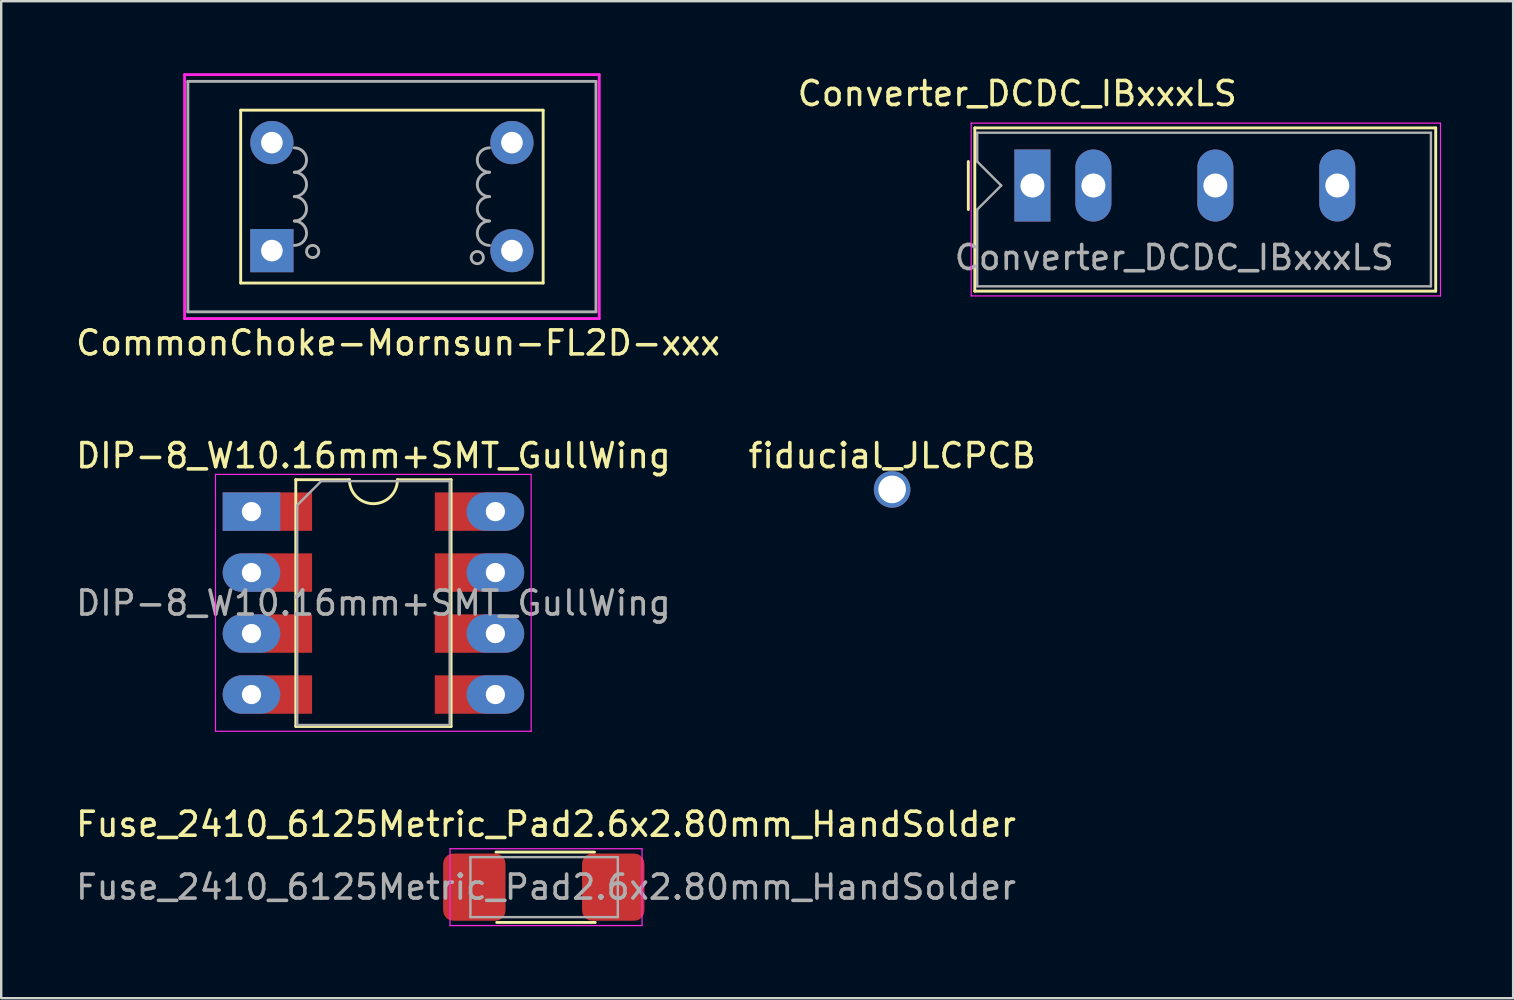
<source format=kicad_pcb>
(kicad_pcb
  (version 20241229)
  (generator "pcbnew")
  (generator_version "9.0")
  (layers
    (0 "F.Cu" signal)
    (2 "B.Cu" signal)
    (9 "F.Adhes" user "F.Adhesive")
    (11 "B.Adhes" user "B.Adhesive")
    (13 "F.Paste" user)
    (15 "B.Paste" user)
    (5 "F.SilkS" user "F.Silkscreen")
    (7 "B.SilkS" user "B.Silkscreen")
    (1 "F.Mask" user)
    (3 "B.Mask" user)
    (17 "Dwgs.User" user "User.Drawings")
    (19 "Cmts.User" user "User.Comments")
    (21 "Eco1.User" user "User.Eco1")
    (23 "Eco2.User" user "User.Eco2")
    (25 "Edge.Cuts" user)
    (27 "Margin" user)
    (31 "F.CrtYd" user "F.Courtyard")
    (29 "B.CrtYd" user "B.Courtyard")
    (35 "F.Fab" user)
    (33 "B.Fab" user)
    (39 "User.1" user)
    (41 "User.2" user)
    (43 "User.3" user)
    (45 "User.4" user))
  (footprint "CommonChoke-Mornsun-FL2D-xxx"
    (layer "F.Cu")
    (at 13.276 5.14)
    (property "Reference" "CommonChoke-Mornsun-FL2D-xxx" (at 0.254 6.096 0) (layer "F.SilkS") (effects (font (size 1 1) (thickness 0.15))))
    (attr through_hole)
    (fp_line (start -6.3 -3.6) (end -6.3 3.6) (stroke (width 0.12) (type solid)) (layer "F.SilkS"))
    (fp_line (start -6.3 -3.6) (end 6.3 -3.6) (stroke (width 0.12) (type solid)) (layer "F.SilkS"))
    (fp_line (start -6.3 3.6) (end 6.3 3.6) (stroke (width 0.12) (type solid)) (layer "F.SilkS"))
    (fp_line (start 6.3 3.6) (end 6.3 -3.6) (stroke (width 0.12) (type solid)) (layer "F.SilkS"))
    (fp_line (start -8.636 -5.08) (end 8.636 -5.08) (stroke (width 0.12) (type solid)) (layer "F.CrtYd"))
    (fp_line (start -8.636 5.08) (end -8.636 -5.08) (stroke (width 0.12) (type solid)) (layer "F.CrtYd"))
    (fp_line (start 8.636 -5.08) (end 8.636 5.08) (stroke (width 0.12) (type solid)) (layer "F.CrtYd"))
    (fp_line (start 8.636 5.08) (end -8.636 5.08) (stroke (width 0.12) (type solid)) (layer "F.CrtYd"))
    (fp_line (start -8.5 -4.8) (end 8.5 -4.8) (stroke (width 0.12) (type solid)) (layer "F.Fab"))
    (fp_line (start -8.5 4.8) (end -8.5 -4.8) (stroke (width 0.12) (type solid)) (layer "F.Fab"))
    (fp_line (start 8.5 -4.8) (end 8.5 4.8) (stroke (width 0.12) (type solid)) (layer "F.Fab"))
    (fp_line (start 8.5 4.8) (end -8.5 4.8) (stroke (width 0.12) (type solid)) (layer "F.Fab"))
    (fp_arc (start -4.064 -2.032) (mid -3.556 -1.524) (end -4.064 -1.016) (stroke (width 0.12) (type solid)) (layer "F.Fab"))
    (fp_arc (start -4.064 -1.016) (mid -3.556 -0.508) (end -4.064 0) (stroke (width 0.12) (type solid)) (layer "F.Fab"))
    (fp_arc (start -4.064 0) (mid -3.556 0.508) (end -4.064 1.016) (stroke (width 0.12) (type solid)) (layer "F.Fab"))
    (fp_arc (start -4.064 1.016) (mid -3.556 1.524) (end -4.064 2.032) (stroke (width 0.12) (type solid)) (layer "F.Fab"))
    (fp_arc (start 4.064 -1.016) (mid 3.556 -1.524) (end 4.064 -2.032) (stroke (width 0.12) (type solid)) (layer "F.Fab"))
    (fp_arc (start 4.064 0) (mid 3.556 -0.508) (end 4.064 -1.016) (stroke (width 0.12) (type solid)) (layer "F.Fab"))
    (fp_arc (start 4.064 1.016) (mid 3.556 0.508) (end 4.064 0) (stroke (width 0.12) (type solid)) (layer "F.Fab"))
    (fp_arc (start 4.064 2.032) (mid 3.556 1.524) (end 4.064 1.016) (stroke (width 0.12) (type solid)) (layer "F.Fab"))
    (fp_circle (center -3.302 2.286) (end -3.048 2.286) (stroke (width 0.12) (type solid)) (fill no) (layer "F.Fab"))
    (fp_circle (center 3.556 2.54) (end 3.81 2.54) (stroke (width 0.12) (type solid)) (fill no) (layer "F.Fab"))
    (pad "1" thru_hole rect (at -5 2.25) (size 1.8 1.8) (drill 0.9) (layers "*.Cu" "*.Mask"))
    (pad "2" thru_hole circle (at 5 2.25) (size 1.8 1.8) (drill 0.9) (layers "*.Cu" "*.Mask"))
    (pad "3" thru_hole circle (at 5 -2.25) (size 1.8 1.8) (drill 0.9) (layers "*.Cu" "*.Mask"))
    (pad "4" thru_hole circle (at -5 -2.25) (size 1.8 1.8) (drill 0.9) (layers "*.Cu" "*.Mask")))
  (footprint "Converter_DCDC_IBxxxLS"
    (layer "F.Cu")
    (at 39.957 4.678)
    (property "Reference" "Converter_DCDC_IBxxxLS" (at -0.63 -3.83 0) (layer "F.SilkS") (effects (font (size 1 1) (thickness 0.15))))
    (attr through_hole)
    (fp_line (start -2.67 -1) (end -2.67 1) (stroke (width 0.12) (type solid)) (layer "F.SilkS"))
    (fp_line (start -2.4 -2.4) (end 16.8 -2.4) (stroke (width 0.12) (type solid)) (layer "F.SilkS"))
    (fp_line (start -2.4 4.4) (end -2.4 -2.4) (stroke (width 0.12) (type solid)) (layer "F.SilkS"))
    (fp_line (start 16.8 -2.4) (end 16.8 4.4) (stroke (width 0.12) (type solid)) (layer "F.SilkS"))
    (fp_line (start 16.8 4.4) (end -2.4 4.4) (stroke (width 0.12) (type solid)) (layer "F.SilkS"))
    (fp_line (start -2.55 -2.6) (end -2.55 4.6) (stroke (width 0.05) (type solid)) (layer "F.CrtYd"))
    (fp_line (start -2.55 -2.6) (end 17 -2.6) (stroke (width 0.05) (type solid)) (layer "F.CrtYd"))
    (fp_line (start -2.55 4.6) (end 17 4.6) (stroke (width 0.05) (type solid)) (layer "F.CrtYd"))
    (fp_line (start 17 -2.6) (end 17 4.6) (stroke (width 0.05) (type solid)) (layer "F.CrtYd"))
    (fp_line (start -2.3 -1) (end -2.3 -2.2) (stroke (width 0.1) (type solid)) (layer "F.Fab"))
    (fp_line (start -2.3 -1) (end -1.3 0) (stroke (width 0.1) (type solid)) (layer "F.Fab"))
    (fp_line (start -2.3 1) (end -2.3 4.2) (stroke (width 0.1) (type solid)) (layer "F.Fab"))
    (fp_line (start -1.3 0) (end -2.3 1) (stroke (width 0.1) (type solid)) (layer "F.Fab"))
    (fp_line (start 16.6 -2.2) (end -2.3 -2.2) (stroke (width 0.1) (type solid)) (layer "F.Fab"))
    (fp_line (start 16.6 -2.2) (end 16.6 4.2) (stroke (width 0.1) (type solid)) (layer "F.Fab"))
    (fp_line (start 16.6 4.2) (end -2.3 4.2) (stroke (width 0.1) (type solid)) (layer "F.Fab"))
    (fp_text user "${REFERENCE}" (at 5.91 3 0) (layer "F.Fab") (effects (font (size 1 1) (thickness 0.15))))
    (pad "1" thru_hole rect (at 0 0) (size 1.5 3) (drill 1) (layers "*.Cu" "*.Mask"))
    (pad "2" thru_hole oval (at 2.54 0) (size 1.5 3) (drill 1) (layers "*.Cu" "*.Mask"))
    (pad "4" thru_hole oval (at 7.62 0) (size 1.5 3) (drill 1) (layers "*.Cu" "*.Mask"))
    (pad "6" thru_hole oval (at 12.7 0) (size 1.5 3) (drill 1) (layers "*.Cu" "*.Mask")))
  (footprint "DIP-8_W10.16mm+SMT_GullWing"
    (layer "F.Cu")
    (at 7.426 18.262)
    (property "Reference" "DIP-8_W10.16mm+SMT_GullWing" (at 5.08 -2.33 0) (layer "F.SilkS") (effects (font (size 1 1) (thickness 0.15))))
    (attr through_hole)
    (fp_line (start 1.845 -1.33) (end 1.845 8.95) (stroke (width 0.12) (type solid)) (layer "F.SilkS"))
    (fp_line (start 1.845 8.95) (end 8.315 8.95) (stroke (width 0.12) (type solid)) (layer "F.SilkS"))
    (fp_line (start 4.08 -1.33) (end 1.845 -1.33) (stroke (width 0.12) (type solid)) (layer "F.SilkS"))
    (fp_line (start 8.315 -1.33) (end 6.08 -1.33) (stroke (width 0.12) (type solid)) (layer "F.SilkS"))
    (fp_line (start 8.315 8.95) (end 8.315 -1.33) (stroke (width 0.12) (type solid)) (layer "F.SilkS"))
    (fp_arc (start 6.08 -1.33) (mid 5.08 -0.33) (end 4.08 -1.33) (stroke (width 0.12) (type solid)) (layer "F.SilkS"))
    (fp_line (start -1.5 -1.55) (end -1.5 9.15) (stroke (width 0.05) (type solid)) (layer "F.CrtYd"))
    (fp_line (start -1.5 9.15) (end 11.65 9.15) (stroke (width 0.05) (type solid)) (layer "F.CrtYd"))
    (fp_line (start 11.65 -1.55) (end -1.5 -1.55) (stroke (width 0.05) (type solid)) (layer "F.CrtYd"))
    (fp_line (start 11.65 9.15) (end 11.65 -1.55) (stroke (width 0.05) (type solid)) (layer "F.CrtYd"))
    (fp_line (start 1.905 -0.27) (end 2.905 -1.27) (stroke (width 0.1) (type solid)) (layer "F.Fab"))
    (fp_line (start 1.905 8.89) (end 1.905 -0.27) (stroke (width 0.1) (type solid)) (layer "F.Fab"))
    (fp_line (start 2.905 -1.27) (end 8.255 -1.27) (stroke (width 0.1) (type solid)) (layer "F.Fab"))
    (fp_line (start 8.255 -1.27) (end 8.255 8.89) (stroke (width 0.1) (type solid)) (layer "F.Fab"))
    (fp_line (start 8.255 8.89) (end 1.905 8.89) (stroke (width 0.1) (type solid)) (layer "F.Fab"))
    (fp_text user "${REFERENCE}" (at 5.08 3.81 0) (layer "F.Fab") (effects (font (size 1 1) (thickness 0.15))))
    (pad "1" thru_hole rect (at 0 0) (size 2.4 1.6) (drill 0.8) (layers "*.Cu" "*.Mask"))
    (pad "1" smd rect (at 1.524 0 90) (size 1.6 2) (layers "F.Cu" "F.Mask" "F.Paste"))
    (pad "2" thru_hole oval (at 0 2.54) (size 2.4 1.6) (drill 0.8) (layers "*.Cu" "*.Mask"))
    (pad "2" smd rect (at 1.524 2.54 90) (size 1.6 2) (layers "F.Cu" "F.Mask" "F.Paste"))
    (pad "3" thru_hole oval (at 0 5.08) (size 2.4 1.6) (drill 0.8) (layers "*.Cu" "*.Mask"))
    (pad "3" smd rect (at 1.524 5.08 90) (size 1.6 2) (layers "F.Cu" "F.Mask" "F.Paste"))
    (pad "4" thru_hole oval (at 0 7.62) (size 2.4 1.6) (drill 0.8) (layers "*.Cu" "*.Mask"))
    (pad "4" smd rect (at 1.524 7.62 90) (size 1.6 2) (layers "F.Cu" "F.Mask" "F.Paste"))
    (pad "5" smd rect (at 8.636 7.62 90) (size 1.6 2) (layers "F.Cu" "F.Mask" "F.Paste"))
    (pad "5" thru_hole oval (at 10.16 7.62) (size 2.4 1.6) (drill 0.8) (layers "*.Cu" "*.Mask"))
    (pad "6" smd rect (at 8.636 5.08 90) (size 1.6 2) (layers "F.Cu" "F.Mask" "F.Paste"))
    (pad "6" thru_hole oval (at 10.16 5.08) (size 2.4 1.6) (drill 0.8) (layers "*.Cu" "*.Mask"))
    (pad "7" smd rect (at 8.636 2.54 90) (size 1.6 2) (layers "F.Cu" "F.Mask" "F.Paste"))
    (pad "7" thru_hole oval (at 10.16 2.54) (size 2.4 1.6) (drill 0.8) (layers "*.Cu" "*.Mask"))
    (pad "8" smd rect (at 8.636 0 90) (size 1.6 2) (layers "F.Cu" "F.Mask" "F.Paste"))
    (pad "8" thru_hole oval (at 10.16 0) (size 2.4 1.6) (drill 0.8) (layers "*.Cu" "*.Mask")))
  (footprint "fiducial_JLCPCB"
    (layer "F.Cu")
    (at 34.113 15.432)
    (property "Reference" "fiducial_JLCPCB" (at 0 0.5 0) (layer "F.SilkS") (effects (font (size 1 1) (thickness 0.15))))
    (attr through_hole)
    (pad "1" thru_hole circle (at 0 1.905) (size 1.524 1.524) (drill 1.152) (layers "*.Cu" "*.Mask")))
  (footprint "Fuse_2410_6125Metric_Pad2.6x2.80mm_HandSolder"
    (layer "F.Cu")
    (at 19.696 33.906)
    (property "Reference" "Fuse_2410_6125Metric_Pad2.6x2.80mm_HandSolder" (at 0 -2.62 0) (layer "F.SilkS") (effects (font (size 1 1) (thickness 0.15))))
    (attr smd)
    (fp_line (start -2.084 -1.46) (end 2.02 -1.46) (stroke (width 0.12) (type solid)) (layer "F.SilkS"))
    (fp_line (start -2.054 1.47) (end 2.05 1.47) (stroke (width 0.12) (type solid)) (layer "F.SilkS"))
    (fp_line (start -4 -1.6) (end 4 -1.6) (stroke (width 0.05) (type solid)) (layer "F.CrtYd"))
    (fp_line (start -4 1.6) (end -4 -1.6) (stroke (width 0.05) (type solid)) (layer "F.CrtYd"))
    (fp_line (start 4 -1.6) (end 4 1.6) (stroke (width 0.05) (type solid)) (layer "F.CrtYd"))
    (fp_line (start 4 1.6) (end -4 1.6) (stroke (width 0.05) (type solid)) (layer "F.CrtYd"))
    (fp_line (start -3.15 -1.25) (end 2.99 -1.25) (stroke (width 0.1) (type solid)) (layer "F.Fab"))
    (fp_line (start -3.15 1.25) (end -3.15 -1.25) (stroke (width 0.1) (type solid)) (layer "F.Fab"))
    (fp_line (start 2.99 -1.25) (end 2.99 1.25) (stroke (width 0.1) (type solid)) (layer "F.Fab"))
    (fp_line (start 2.99 1.25) (end -3.15 1.25) (stroke (width 0.1) (type solid)) (layer "F.Fab"))
    (fp_text user "${REFERENCE}" (at 0 0 0) (layer "F.Fab") (effects (font (size 1 1) (thickness 0.15))))
    (pad "1" smd roundrect (at -2.987 0) (size 2.6 2.8) (layers "F.Cu" "F.Mask" "F.Paste") (roundrect_rratio 0.164))
    (pad "2" smd roundrect (at 2.8 0) (size 2.6 2.8) (layers "F.Cu" "F.Mask" "F.Paste") (roundrect_rratio 0.164)))
  (gr_rect
    (start -3 -3)
    (end 59.982 38.531)
    (stroke (width 0.1) (type default))
    (fill no)
    (layer "Edge.Cuts")))
</source>
